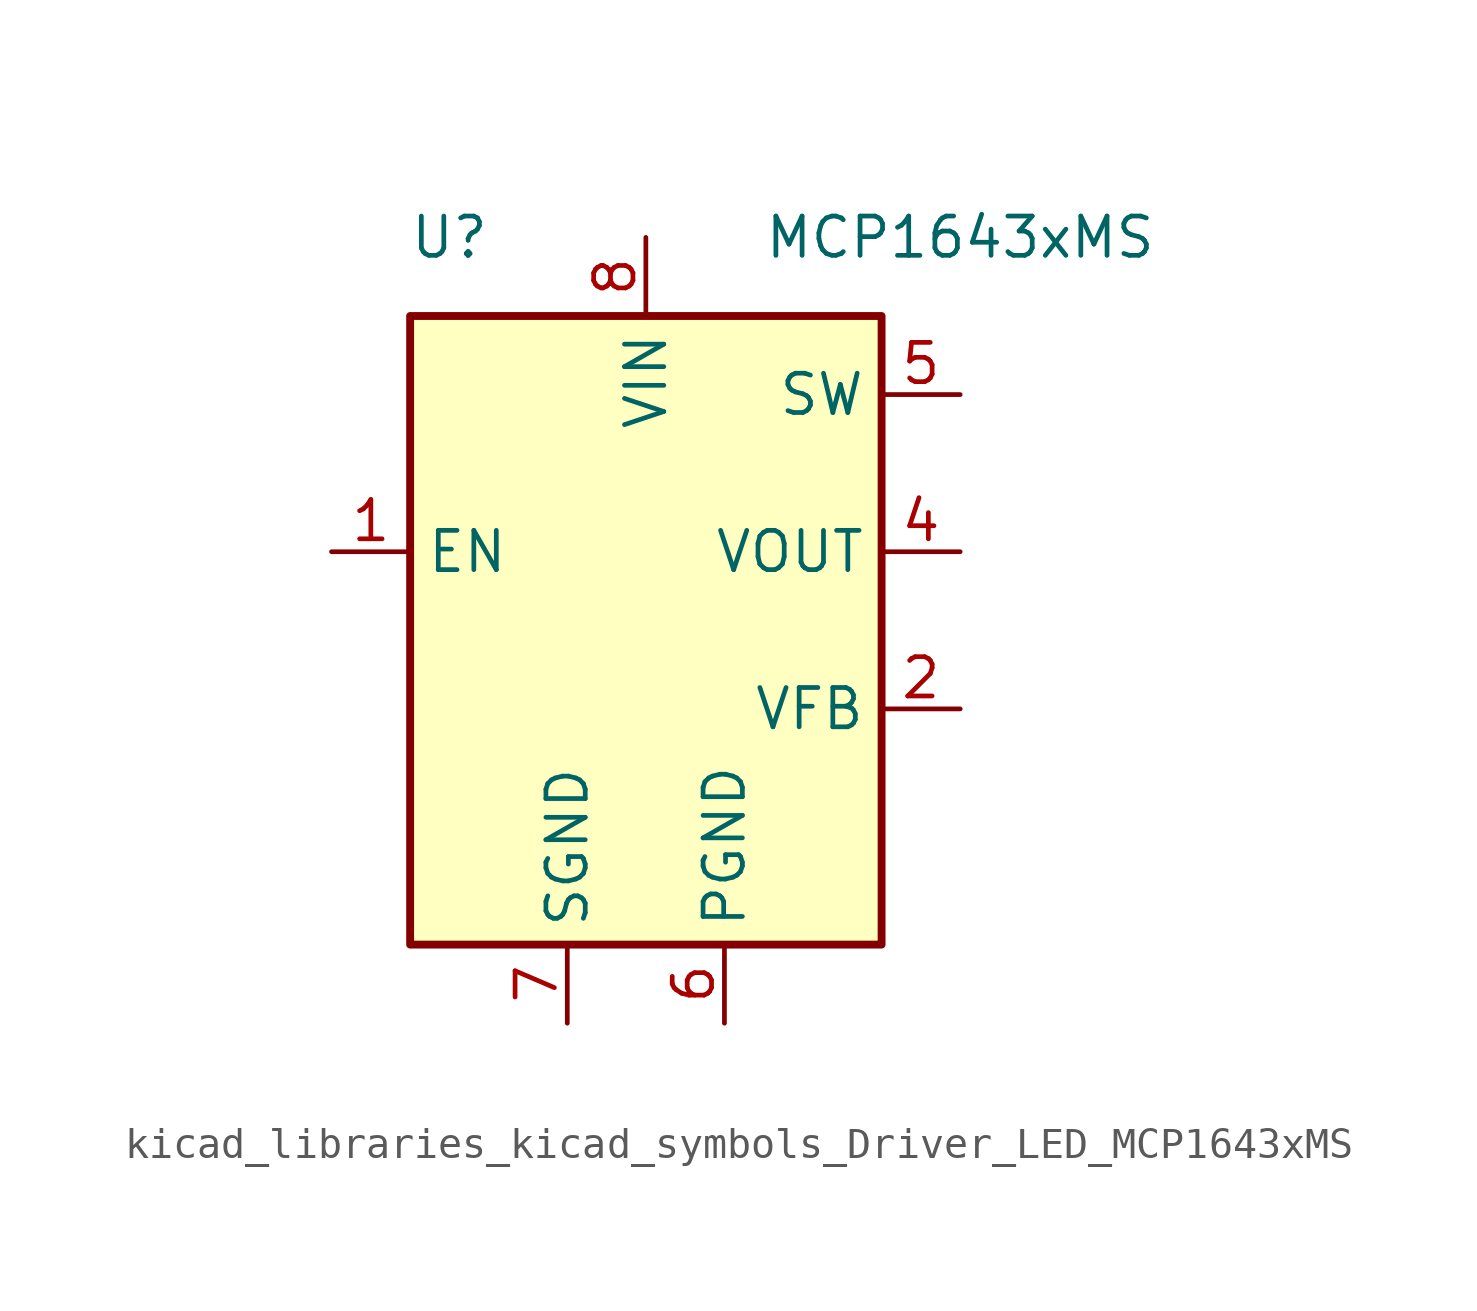
<source format=kicad_sym>
(kicad_symbol_lib
  (version 20220914)
  (generator kicad_symbol_editor)
  (symbol "kicad_libraries_kicad_symbols_Driver_LED_MCP1643xMS"
    (property "Reference" "U"
      (at -6.35 12.7 0)
      (effects (font (size 1.27 1.27))))
    (property "Value" "MCP1643xMS"
      (at 10.16 12.7 0)
      (effects (font (size 1.27 1.27))))
    (symbol "kicad_libraries_kicad_symbols_Driver_LED_MCP1643xMS_0_1"
      (rectangle (start -7.62 10.16) (end 7.62 -10.16) (stroke (width 0.254) (type default)) (fill (type background))))
    (symbol "kicad_libraries_kicad_symbols_Driver_LED_MCP1643xMS_1_1"
      (pin input line (at -10.16 2.54 0) (length 2.54) (name "EN" (effects (font (size 1.27 1.27)))) (number "1" (effects (font (size 1.27 1.27)))))
      (pin input line (at 10.16 -2.54 180) (length 2.54) (name "VFB" (effects (font (size 1.27 1.27)))) (number "2" (effects (font (size 1.27 1.27)))))
      (pin no_connect line (at -7.62 -2.54 0) (length 2.54) hide (name "NC" (effects (font (size 1.27 1.27)))) (number "3" (effects (font (size 1.27 1.27)))))
      (pin power_out line (at 10.16 2.54 180) (length 2.54) (name "VOUT" (effects (font (size 1.27 1.27)))) (number "4" (effects (font (size 1.27 1.27)))))
      (pin passive line (at 10.16 7.62 180) (length 2.54) (name "SW" (effects (font (size 1.27 1.27)))) (number "5" (effects (font (size 1.27 1.27)))))
      (pin power_in line (at 2.54 -12.7 90) (length 2.54) (name "PGND" (effects (font (size 1.27 1.27)))) (number "6" (effects (font (size 1.27 1.27)))))
      (pin power_in line (at -2.54 -12.7 90) (length 2.54) (name "SGND" (effects (font (size 1.27 1.27)))) (number "7" (effects (font (size 1.27 1.27)))))
      (pin power_in line (at 0 12.7 270) (length 2.54) (name "VIN" (effects (font (size 1.27 1.27)))) (number "8" (effects (font (size 1.27 1.27))))))))
</source>
